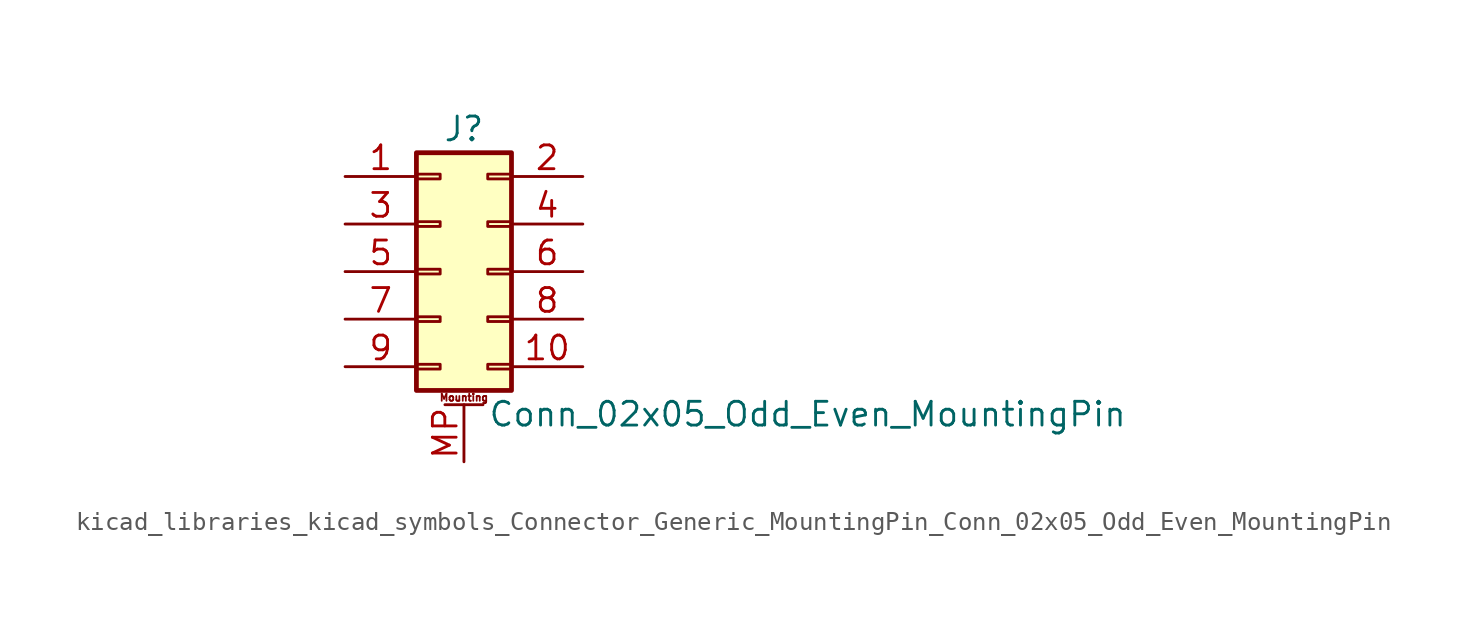
<source format=kicad_sym>
(kicad_symbol_lib
  (version 20220914)
  (generator kicad_symbol_editor)
  (symbol "kicad_libraries_kicad_symbols_Connector_Generic_MountingPin_Conn_02x05_Odd_Even_MountingPin"
    (pin_names
      (offset 1.016) hide)
    (property "Reference" "J"
      (at 1.27 7.62 0)
      (effects (font (size 1.27 1.27))))
    (property "Value" "Conn_02x05_Odd_Even_MountingPin"
      (at 2.54 -7.62 0)
      (effects (font (size 1.27 1.27)) (justify left)))
    (symbol "kicad_libraries_kicad_symbols_Connector_Generic_MountingPin_Conn_02x05_Odd_Even_MountingPin_1_1"
      (rectangle (start -1.27 -4.953) (end 0 -5.207) (stroke (width 0.152) (type default)) (fill (type none)))
      (rectangle (start -1.27 -2.413) (end 0 -2.667) (stroke (width 0.152) (type default)) (fill (type none)))
      (rectangle (start -1.27 0.127) (end 0 -0.127) (stroke (width 0.152) (type default)) (fill (type none)))
      (rectangle (start -1.27 2.667) (end 0 2.413) (stroke (width 0.152) (type default)) (fill (type none)))
      (rectangle (start -1.27 5.207) (end 0 4.953) (stroke (width 0.152) (type default)) (fill (type none)))
      (rectangle (start -1.27 6.35) (end 3.81 -6.35) (stroke (width 0.254) (type default)) (fill (type background)))
      (polyline (pts (xy 0.254 -7.112) (xy 2.286 -7.112)) (stroke (width 0.152) (type default)) (fill (type none)))
      (rectangle (start 3.81 -4.953) (end 2.54 -5.207) (stroke (width 0.152) (type default)) (fill (type none)))
      (rectangle (start 3.81 -2.413) (end 2.54 -2.667) (stroke (width 0.152) (type default)) (fill (type none)))
      (rectangle (start 3.81 0.127) (end 2.54 -0.127) (stroke (width 0.152) (type default)) (fill (type none)))
      (rectangle (start 3.81 2.667) (end 2.54 2.413) (stroke (width 0.152) (type default)) (fill (type none)))
      (rectangle (start 3.81 5.207) (end 2.54 4.953) (stroke (width 0.152) (type default)) (fill (type none)))
      (text "Mounting" (at 1.27 -6.731 0) (effects (font (size 0.381 0.381))))
      (pin passive line (at -5.08 5.08 0) (length 3.81) (name "Pin_1" (effects (font (size 1.27 1.27)))) (number "1" (effects (font (size 1.27 1.27)))))
      (pin passive line (at 7.62 -5.08 180) (length 3.81) (name "Pin_10" (effects (font (size 1.27 1.27)))) (number "10" (effects (font (size 1.27 1.27)))))
      (pin passive line (at 7.62 5.08 180) (length 3.81) (name "Pin_2" (effects (font (size 1.27 1.27)))) (number "2" (effects (font (size 1.27 1.27)))))
      (pin passive line (at -5.08 2.54 0) (length 3.81) (name "Pin_3" (effects (font (size 1.27 1.27)))) (number "3" (effects (font (size 1.27 1.27)))))
      (pin passive line (at 7.62 2.54 180) (length 3.81) (name "Pin_4" (effects (font (size 1.27 1.27)))) (number "4" (effects (font (size 1.27 1.27)))))
      (pin passive line (at -5.08 0 0) (length 3.81) (name "Pin_5" (effects (font (size 1.27 1.27)))) (number "5" (effects (font (size 1.27 1.27)))))
      (pin passive line (at 7.62 0 180) (length 3.81) (name "Pin_6" (effects (font (size 1.27 1.27)))) (number "6" (effects (font (size 1.27 1.27)))))
      (pin passive line (at -5.08 -2.54 0) (length 3.81) (name "Pin_7" (effects (font (size 1.27 1.27)))) (number "7" (effects (font (size 1.27 1.27)))))
      (pin passive line (at 7.62 -2.54 180) (length 3.81) (name "Pin_8" (effects (font (size 1.27 1.27)))) (number "8" (effects (font (size 1.27 1.27)))))
      (pin passive line (at -5.08 -5.08 0) (length 3.81) (name "Pin_9" (effects (font (size 1.27 1.27)))) (number "9" (effects (font (size 1.27 1.27)))))
      (pin passive line (at 1.27 -10.16 90) (length 3.048) (name "MountPin" (effects (font (size 1.27 1.27)))) (number "MP" (effects (font (size 1.27 1.27))))))))
</source>
